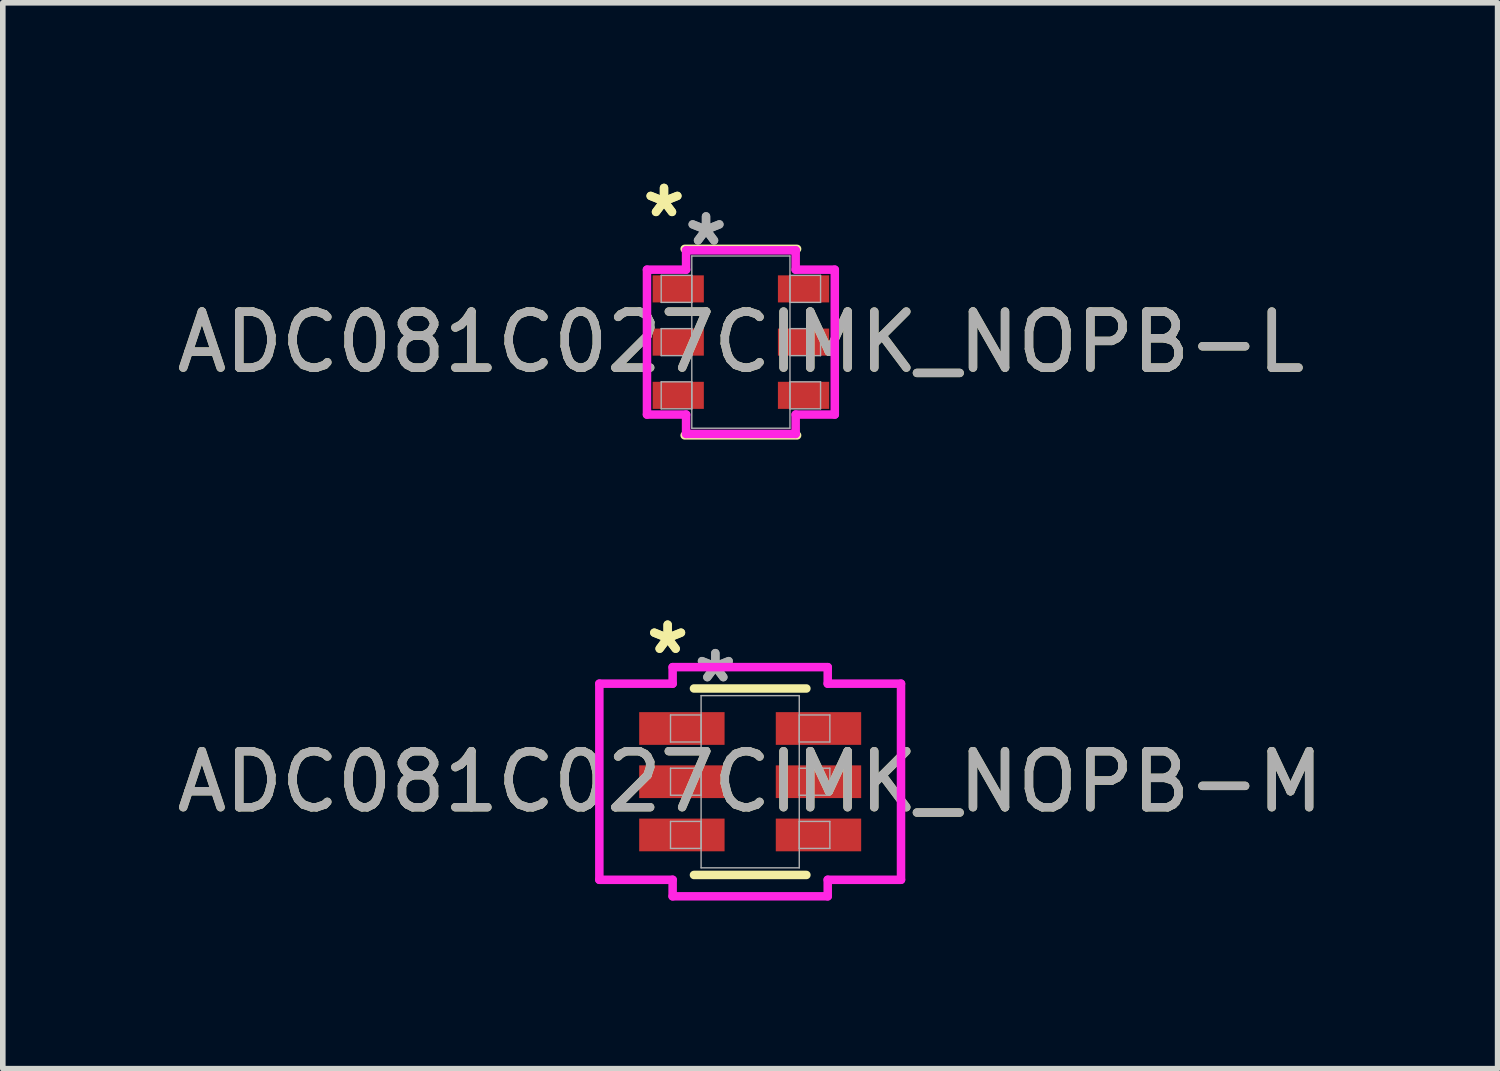
<source format=kicad_pcb>
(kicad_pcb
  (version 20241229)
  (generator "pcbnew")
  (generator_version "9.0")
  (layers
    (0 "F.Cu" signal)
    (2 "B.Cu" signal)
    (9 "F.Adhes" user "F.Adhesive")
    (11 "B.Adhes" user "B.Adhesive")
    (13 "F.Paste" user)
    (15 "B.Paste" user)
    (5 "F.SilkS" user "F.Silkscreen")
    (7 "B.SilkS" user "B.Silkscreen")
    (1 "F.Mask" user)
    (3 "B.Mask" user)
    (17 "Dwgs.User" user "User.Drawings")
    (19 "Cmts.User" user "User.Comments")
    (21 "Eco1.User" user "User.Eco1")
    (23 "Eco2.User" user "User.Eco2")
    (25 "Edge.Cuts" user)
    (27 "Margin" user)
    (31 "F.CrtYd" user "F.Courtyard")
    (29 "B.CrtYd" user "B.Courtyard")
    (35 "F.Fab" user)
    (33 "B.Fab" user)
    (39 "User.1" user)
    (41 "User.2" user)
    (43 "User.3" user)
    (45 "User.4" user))
  (footprint "ADC081C027CIMK_NOPB-M"
    (layer "F.Cu")
    (at 10.339 10.902)
    (property "Reference" "ADC081C027CIMK_NOPB-M" (at 0 0 0) (unlocked yes) (layer "F.SilkS") (effects (font (size 1 1) (thickness 0.15))))
    (attr smd)
    (fp_line (start -1.003 1.664) (end 1.003 1.664) (stroke (width 0.152) (type solid)) (layer "F.SilkS"))
    (fp_line (start 1.003 -1.664) (end -1.003 -1.664) (stroke (width 0.152) (type solid)) (layer "F.SilkS"))
    (fp_line (start -2.692 -1.75) (end -1.384 -1.75) (stroke (width 0.152) (type solid)) (layer "F.CrtYd"))
    (fp_line (start -2.692 1.75) (end -2.692 -1.75) (stroke (width 0.152) (type solid)) (layer "F.CrtYd"))
    (fp_line (start -1.384 -2.045) (end 1.384 -2.045) (stroke (width 0.152) (type solid)) (layer "F.CrtYd"))
    (fp_line (start -1.384 -1.75) (end -1.384 -2.045) (stroke (width 0.152) (type solid)) (layer "F.CrtYd"))
    (fp_line (start -1.384 1.75) (end -2.692 1.75) (stroke (width 0.152) (type solid)) (layer "F.CrtYd"))
    (fp_line (start -1.384 2.045) (end -1.384 1.75) (stroke (width 0.152) (type solid)) (layer "F.CrtYd"))
    (fp_line (start 1.384 -2.045) (end 1.384 -1.75) (stroke (width 0.152) (type solid)) (layer "F.CrtYd"))
    (fp_line (start 1.384 -1.75) (end 2.692 -1.75) (stroke (width 0.152) (type solid)) (layer "F.CrtYd"))
    (fp_line (start 1.384 1.75) (end 1.384 2.045) (stroke (width 0.152) (type solid)) (layer "F.CrtYd"))
    (fp_line (start 1.384 2.045) (end -1.384 2.045) (stroke (width 0.152) (type solid)) (layer "F.CrtYd"))
    (fp_line (start 2.692 -1.75) (end 2.692 1.75) (stroke (width 0.152) (type solid)) (layer "F.CrtYd"))
    (fp_line (start 2.692 1.75) (end 1.384 1.75) (stroke (width 0.152) (type solid)) (layer "F.CrtYd"))
    (fp_line (start -1.422 -1.191) (end -1.422 -0.709) (stroke (width 0.025) (type solid)) (layer "F.Fab"))
    (fp_line (start -1.422 -0.709) (end -0.876 -0.709) (stroke (width 0.025) (type solid)) (layer "F.Fab"))
    (fp_line (start -1.422 -0.241) (end -1.422 0.241) (stroke (width 0.025) (type solid)) (layer "F.Fab"))
    (fp_line (start -1.422 0.241) (end -0.876 0.241) (stroke (width 0.025) (type solid)) (layer "F.Fab"))
    (fp_line (start -1.422 0.709) (end -1.422 1.191) (stroke (width 0.025) (type solid)) (layer "F.Fab"))
    (fp_line (start -1.422 1.191) (end -0.876 1.191) (stroke (width 0.025) (type solid)) (layer "F.Fab"))
    (fp_line (start -0.876 -1.537) (end -0.876 1.537) (stroke (width 0.025) (type solid)) (layer "F.Fab"))
    (fp_line (start -0.876 -1.191) (end -1.422 -1.191) (stroke (width 0.025) (type solid)) (layer "F.Fab"))
    (fp_line (start -0.876 -0.709) (end -0.876 -1.191) (stroke (width 0.025) (type solid)) (layer "F.Fab"))
    (fp_line (start -0.876 -0.241) (end -1.422 -0.241) (stroke (width 0.025) (type solid)) (layer "F.Fab"))
    (fp_line (start -0.876 0.241) (end -0.876 -0.241) (stroke (width 0.025) (type solid)) (layer "F.Fab"))
    (fp_line (start -0.876 0.709) (end -1.422 0.709) (stroke (width 0.025) (type solid)) (layer "F.Fab"))
    (fp_line (start -0.876 1.191) (end -0.876 0.709) (stroke (width 0.025) (type solid)) (layer "F.Fab"))
    (fp_line (start -0.876 1.537) (end 0.876 1.537) (stroke (width 0.025) (type solid)) (layer "F.Fab"))
    (fp_line (start 0.876 -1.537) (end -0.876 -1.537) (stroke (width 0.025) (type solid)) (layer "F.Fab"))
    (fp_line (start 0.876 -1.191) (end 0.876 -0.709) (stroke (width 0.025) (type solid)) (layer "F.Fab"))
    (fp_line (start 0.876 -0.709) (end 1.422 -0.709) (stroke (width 0.025) (type solid)) (layer "F.Fab"))
    (fp_line (start 0.876 -0.241) (end 0.876 0.241) (stroke (width 0.025) (type solid)) (layer "F.Fab"))
    (fp_line (start 0.876 0.241) (end 1.422 0.241) (stroke (width 0.025) (type solid)) (layer "F.Fab"))
    (fp_line (start 0.876 0.709) (end 0.876 1.191) (stroke (width 0.025) (type solid)) (layer "F.Fab"))
    (fp_line (start 0.876 1.191) (end 1.422 1.191) (stroke (width 0.025) (type solid)) (layer "F.Fab"))
    (fp_line (start 0.876 1.537) (end 0.876 -1.537) (stroke (width 0.025) (type solid)) (layer "F.Fab"))
    (fp_line (start 1.422 -1.191) (end 0.876 -1.191) (stroke (width 0.025) (type solid)) (layer "F.Fab"))
    (fp_line (start 1.422 -0.709) (end 1.422 -1.191) (stroke (width 0.025) (type solid)) (layer "F.Fab"))
    (fp_line (start 1.422 -0.241) (end 0.876 -0.241) (stroke (width 0.025) (type solid)) (layer "F.Fab"))
    (fp_line (start 1.422 0.241) (end 1.422 -0.241) (stroke (width 0.025) (type solid)) (layer "F.Fab"))
    (fp_line (start 1.422 0.709) (end 0.876 0.709) (stroke (width 0.025) (type solid)) (layer "F.Fab"))
    (fp_line (start 1.422 1.191) (end 1.422 0.709) (stroke (width 0.025) (type solid)) (layer "F.Fab"))
    (fp_text user "*" (at -1.473 -2.258 0) (layer "F.SilkS") (effects (font (size 1 1) (thickness 0.15))))
    (fp_text user "*" (at -1.473 -2.258 0) (unlocked yes) (layer "F.SilkS") (effects (font (size 1 1) (thickness 0.15))))
    (fp_text user "${REFERENCE}" (at 0 0 0) (unlocked yes) (layer "F.Fab") (effects (font (size 1 1) (thickness 0.15))))
    (fp_text user "*" (at -0.622 -1.75 0) (unlocked yes) (layer "F.Fab") (effects (font (size 1 1) (thickness 0.15))))
    (fp_text user "*" (at -0.622 -1.75 0) (layer "F.Fab") (effects (font (size 1 1) (thickness 0.15))))
    (pad "1" smd rect (at -1.219 -0.95) (size 1.524 0.584) (layers "F.Cu" "F.Mask" "F.Paste"))
    (pad "2" smd rect (at -1.219 0) (size 1.524 0.584) (layers "F.Cu" "F.Mask" "F.Paste"))
    (pad "3" smd rect (at -1.219 0.95) (size 1.524 0.584) (layers "F.Cu" "F.Mask" "F.Paste"))
    (pad "4" smd rect (at 1.219 0.95) (size 1.524 0.584) (layers "F.Cu" "F.Mask" "F.Paste"))
    (pad "5" smd rect (at 1.219 0) (size 1.524 0.584) (layers "F.Cu" "F.Mask" "F.Paste"))
    (pad "6" smd rect (at 1.219 -0.95) (size 1.524 0.584) (layers "F.Cu" "F.Mask" "F.Paste")))
  (footprint "ADC081C027CIMK_NOPB-L"
    (layer "F.Cu")
    (at 10.173 3.056)
    (property "Reference" "ADC081C027CIMK_NOPB-L" (at 0 0 0) (unlocked yes) (layer "F.SilkS") (effects (font (size 1 1) (thickness 0.15))))
    (attr smd)
    (fp_line (start -1.003 1.664) (end 1.003 1.664) (stroke (width 0.152) (type solid)) (layer "F.SilkS"))
    (fp_line (start 1.003 -1.664) (end -1.003 -1.664) (stroke (width 0.152) (type solid)) (layer "F.SilkS"))
    (fp_line (start -1.676 -1.293) (end -0.978 -1.293) (stroke (width 0.152) (type solid)) (layer "F.CrtYd"))
    (fp_line (start -1.676 1.293) (end -1.676 -1.293) (stroke (width 0.152) (type solid)) (layer "F.CrtYd"))
    (fp_line (start -0.978 -1.638) (end 0.978 -1.638) (stroke (width 0.152) (type solid)) (layer "F.CrtYd"))
    (fp_line (start -0.978 -1.293) (end -0.978 -1.638) (stroke (width 0.152) (type solid)) (layer "F.CrtYd"))
    (fp_line (start -0.978 1.293) (end -1.676 1.293) (stroke (width 0.152) (type solid)) (layer "F.CrtYd"))
    (fp_line (start -0.978 1.638) (end -0.978 1.293) (stroke (width 0.152) (type solid)) (layer "F.CrtYd"))
    (fp_line (start 0.978 -1.638) (end 0.978 -1.293) (stroke (width 0.152) (type solid)) (layer "F.CrtYd"))
    (fp_line (start 0.978 -1.293) (end 1.676 -1.293) (stroke (width 0.152) (type solid)) (layer "F.CrtYd"))
    (fp_line (start 0.978 1.293) (end 0.978 1.638) (stroke (width 0.152) (type solid)) (layer "F.CrtYd"))
    (fp_line (start 0.978 1.638) (end -0.978 1.638) (stroke (width 0.152) (type solid)) (layer "F.CrtYd"))
    (fp_line (start 1.676 -1.293) (end 1.676 1.293) (stroke (width 0.152) (type solid)) (layer "F.CrtYd"))
    (fp_line (start 1.676 1.293) (end 0.978 1.293) (stroke (width 0.152) (type solid)) (layer "F.CrtYd"))
    (fp_line (start -1.422 -1.191) (end -1.422 -0.709) (stroke (width 0.025) (type solid)) (layer "F.Fab"))
    (fp_line (start -1.422 -0.709) (end -0.876 -0.709) (stroke (width 0.025) (type solid)) (layer "F.Fab"))
    (fp_line (start -1.422 -0.241) (end -1.422 0.241) (stroke (width 0.025) (type solid)) (layer "F.Fab"))
    (fp_line (start -1.422 0.241) (end -0.876 0.241) (stroke (width 0.025) (type solid)) (layer "F.Fab"))
    (fp_line (start -1.422 0.709) (end -1.422 1.191) (stroke (width 0.025) (type solid)) (layer "F.Fab"))
    (fp_line (start -1.422 1.191) (end -0.876 1.191) (stroke (width 0.025) (type solid)) (layer "F.Fab"))
    (fp_line (start -0.876 -1.537) (end -0.876 1.537) (stroke (width 0.025) (type solid)) (layer "F.Fab"))
    (fp_line (start -0.876 -1.191) (end -1.422 -1.191) (stroke (width 0.025) (type solid)) (layer "F.Fab"))
    (fp_line (start -0.876 -0.709) (end -0.876 -1.191) (stroke (width 0.025) (type solid)) (layer "F.Fab"))
    (fp_line (start -0.876 -0.241) (end -1.422 -0.241) (stroke (width 0.025) (type solid)) (layer "F.Fab"))
    (fp_line (start -0.876 0.241) (end -0.876 -0.241) (stroke (width 0.025) (type solid)) (layer "F.Fab"))
    (fp_line (start -0.876 0.709) (end -1.422 0.709) (stroke (width 0.025) (type solid)) (layer "F.Fab"))
    (fp_line (start -0.876 1.191) (end -0.876 0.709) (stroke (width 0.025) (type solid)) (layer "F.Fab"))
    (fp_line (start -0.876 1.537) (end 0.876 1.537) (stroke (width 0.025) (type solid)) (layer "F.Fab"))
    (fp_line (start 0.876 -1.537) (end -0.876 -1.537) (stroke (width 0.025) (type solid)) (layer "F.Fab"))
    (fp_line (start 0.876 -1.191) (end 0.876 -0.709) (stroke (width 0.025) (type solid)) (layer "F.Fab"))
    (fp_line (start 0.876 -0.709) (end 1.422 -0.709) (stroke (width 0.025) (type solid)) (layer "F.Fab"))
    (fp_line (start 0.876 -0.241) (end 0.876 0.241) (stroke (width 0.025) (type solid)) (layer "F.Fab"))
    (fp_line (start 0.876 0.241) (end 1.422 0.241) (stroke (width 0.025) (type solid)) (layer "F.Fab"))
    (fp_line (start 0.876 0.709) (end 0.876 1.191) (stroke (width 0.025) (type solid)) (layer "F.Fab"))
    (fp_line (start 0.876 1.191) (end 1.422 1.191) (stroke (width 0.025) (type solid)) (layer "F.Fab"))
    (fp_line (start 0.876 1.537) (end 0.876 -1.537) (stroke (width 0.025) (type solid)) (layer "F.Fab"))
    (fp_line (start 1.422 -1.191) (end 0.876 -1.191) (stroke (width 0.025) (type solid)) (layer "F.Fab"))
    (fp_line (start 1.422 -0.709) (end 1.422 -1.191) (stroke (width 0.025) (type solid)) (layer "F.Fab"))
    (fp_line (start 1.422 -0.241) (end 0.876 -0.241) (stroke (width 0.025) (type solid)) (layer "F.Fab"))
    (fp_line (start 1.422 0.241) (end 1.422 -0.241) (stroke (width 0.025) (type solid)) (layer "F.Fab"))
    (fp_line (start 1.422 0.709) (end 0.876 0.709) (stroke (width 0.025) (type solid)) (layer "F.Fab"))
    (fp_line (start 1.422 1.191) (end 1.422 0.709) (stroke (width 0.025) (type solid)) (layer "F.Fab"))
    (fp_text user "*" (at -1.372 -2.207 0) (unlocked yes) (layer "F.SilkS") (effects (font (size 1 1) (thickness 0.15))))
    (fp_text user "*" (at -1.372 -2.207 0) (layer "F.SilkS") (effects (font (size 1 1) (thickness 0.15))))
    (fp_text user "*" (at -0.622 -1.699 0) (unlocked yes) (layer "F.Fab") (effects (font (size 1 1) (thickness 0.15))))
    (fp_text user "${REFERENCE}" (at 0 0 0) (unlocked yes) (layer "F.Fab") (effects (font (size 1 1) (thickness 0.15))))
    (fp_text user "*" (at -0.622 -1.699 0) (layer "F.Fab") (effects (font (size 1 1) (thickness 0.15))))
    (pad "1" smd rect (at -1.118 -0.95) (size 0.914 0.483) (layers "F.Cu" "F.Mask" "F.Paste"))
    (pad "2" smd rect (at -1.118 0) (size 0.914 0.483) (layers "F.Cu" "F.Mask" "F.Paste"))
    (pad "3" smd rect (at -1.118 0.95) (size 0.914 0.483) (layers "F.Cu" "F.Mask" "F.Paste"))
    (pad "4" smd rect (at 1.118 0.95) (size 0.914 0.483) (layers "F.Cu" "F.Mask" "F.Paste"))
    (pad "5" smd rect (at 1.118 0) (size 0.914 0.483) (layers "F.Cu" "F.Mask" "F.Paste"))
    (pad "6" smd rect (at 1.118 -0.95) (size 0.914 0.483) (layers "F.Cu" "F.Mask" "F.Paste")))
  (gr_rect
    (start -3 -3)
    (end 23.679 16.023)
    (stroke (width 0.1) (type default))
    (fill no)
    (layer "Edge.Cuts")))
</source>
